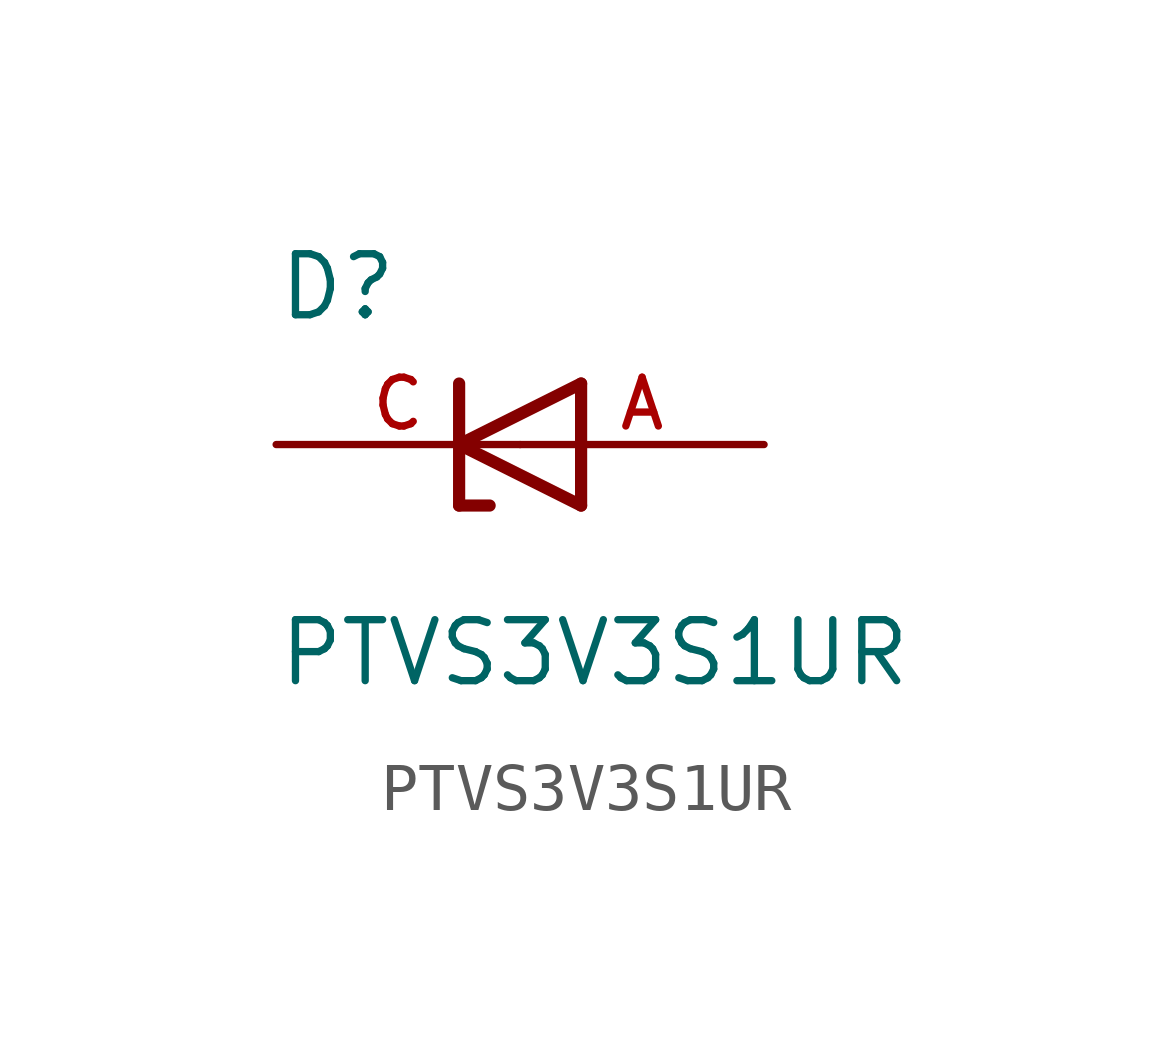
<source format=kicad_sym>
(kicad_symbol_lib
  (version 20211014)
  (generator kicad_symbol_editor)
  (symbol "PTVS3V3S1UR"
    (pin_names
      (offset 1.016))
    (property "Reference" "D"
      (at -5.08 2.54 0)
      (effects (font (size 1.27 1.27)) (justify bottom left)))
    (property "Value" "PTVS3V3S1UR"
      (at -5.08 -5.08 0)
      (effects (font (size 1.27 1.27)) (justify bottom left)))
    (symbol "PTVS3V3S1UR_0_0"
      (polyline (pts (xy 1.27 1.27) (xy -1.27 0.0)) (stroke (width 0.254)))
      (polyline (pts (xy -1.27 0.0) (xy 1.27 -1.27)) (stroke (width 0.254)))
      (polyline (pts (xy -0.635 -1.27) (xy -1.27 -1.27)) (stroke (width 0.254)))
      (polyline (pts (xy -1.27 -1.27) (xy -1.27 0.0)) (stroke (width 0.254)))
      (polyline (pts (xy 1.27 -1.27) (xy 1.27 1.27)) (stroke (width 0.254)))
      (polyline (pts (xy -1.27 0.0) (xy -1.27 1.27)) (stroke (width 0.254)))
      (pin passive line (at 5.08 0.0 180.0) (length 5.08) (name "~" (effects (font (size 1.016 1.016)))) (number "A" (effects (font (size 1.016 1.016)))))
      (pin passive line (at -5.08 0.0 0) (length 5.08) (name "~" (effects (font (size 1.016 1.016)))) (number "C" (effects (font (size 1.016 1.016))))))))
</source>
